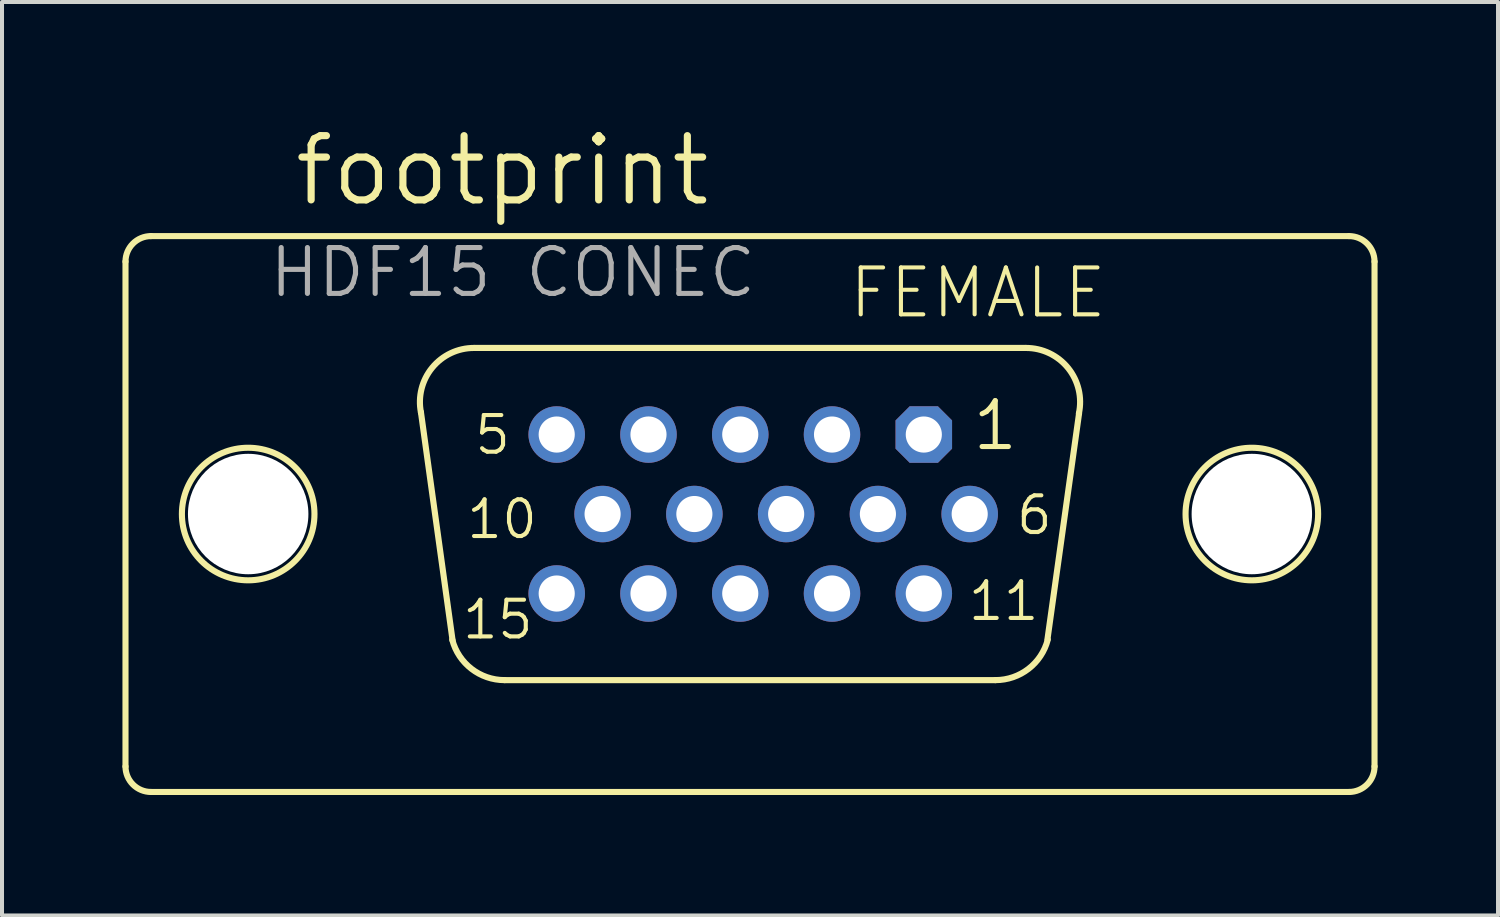
<source format=kicad_pcb>
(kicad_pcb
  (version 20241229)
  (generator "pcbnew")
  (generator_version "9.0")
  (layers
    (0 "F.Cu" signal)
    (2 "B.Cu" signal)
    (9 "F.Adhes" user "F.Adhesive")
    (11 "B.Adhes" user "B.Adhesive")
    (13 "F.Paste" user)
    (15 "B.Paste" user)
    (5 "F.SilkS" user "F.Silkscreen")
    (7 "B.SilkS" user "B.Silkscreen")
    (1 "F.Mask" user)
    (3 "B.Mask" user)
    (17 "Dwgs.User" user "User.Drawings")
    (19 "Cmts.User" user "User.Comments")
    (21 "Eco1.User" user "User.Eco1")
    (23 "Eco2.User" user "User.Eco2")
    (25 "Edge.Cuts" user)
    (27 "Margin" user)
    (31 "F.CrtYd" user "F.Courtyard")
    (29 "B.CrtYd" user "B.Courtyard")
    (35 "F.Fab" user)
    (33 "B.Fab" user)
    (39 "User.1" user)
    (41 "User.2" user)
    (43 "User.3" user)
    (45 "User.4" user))
  (footprint "footprint"
    (layer "F.Cu")
    (at 15.632 9.754)
    (property "Reference" "footprint" (at -11.43 -7.62 0) (layer "F.SilkS") (effects (font (size 1.6 1.6) (thickness 0.178)) (justify left bottom)))
    (fp_line (start -15.556 -6.288) (end -15.556 6.288) (stroke (width 0.152) (type solid)) (layer "F.SilkS"))
    (fp_line (start -14.913 6.923) (end 14.921 6.923) (stroke (width 0.152) (type solid)) (layer "F.SilkS"))
    (fp_line (start -7.409 3.146) (end -8.197 -2.537) (stroke (width 0.152) (type solid)) (layer "F.SilkS"))
    (fp_line (start -6.876 -4.137) (end 6.876 -4.137) (stroke (width 0.152) (type solid)) (layer "F.SilkS"))
    (fp_line (start -6.114 4.137) (end 6.114 4.137) (stroke (width 0.152) (type solid)) (layer "F.SilkS"))
    (fp_line (start 8.197 -2.511) (end 7.409 3.121) (stroke (width 0.152) (type solid)) (layer "F.SilkS"))
    (fp_line (start 14.913 -6.923) (end -14.921 -6.923) (stroke (width 0.152) (type solid)) (layer "F.SilkS"))
    (fp_line (start 15.556 -6.288) (end 15.556 6.288) (stroke (width 0.152) (type solid)) (layer "F.SilkS"))
    (fp_arc (start -15.556 -6.288) (mid -15.370013 -6.737013) (end -14.921 -6.923) (stroke (width 0.1524) (type solid)) (layer "F.SilkS"))
    (fp_arc (start -14.921 6.923) (mid -15.370013 6.737013) (end -15.556 6.288) (stroke (width 0.1524) (type solid)) (layer "F.SilkS"))
    (fp_arc (start -8.1961 -2.5268) (mid -7.917082 -3.644284) (end -6.876 -4.137) (stroke (width 0.1524) (type solid)) (layer "F.SilkS"))
    (fp_arc (start -6.114 4.137) (mid -6.9375 3.855745) (end -7.4169 3.1295) (stroke (width 0.1524) (type solid)) (layer "F.SilkS"))
    (fp_arc (start 6.876 -4.137) (mid 7.924557 -3.635183) (end 8.191499 -2.503798) (stroke (width 0.1524) (type solid)) (layer "F.SilkS"))
    (fp_arc (start 7.4169 3.1295) (mid 6.9375 3.855746) (end 6.114 4.137) (stroke (width 0.1524) (type solid)) (layer "F.SilkS"))
    (fp_arc (start 14.921 -6.923) (mid 15.370013 -6.737013) (end 15.556 -6.288) (stroke (width 0.1524) (type solid)) (layer "F.SilkS"))
    (fp_arc (start 15.556 6.288) (mid 15.370013 6.737013) (end 14.921 6.923) (stroke (width 0.1524) (type solid)) (layer "F.SilkS"))
    (fp_circle (center -12.5 0) (end -10.849 0) (stroke (width 0.152) (type solid)) (fill no) (layer "F.SilkS"))
    (fp_circle (center 12.5 0) (end 14.151 0) (stroke (width 0.152) (type solid)) (fill no) (layer "F.SilkS"))
    (fp_text user "15" (at -7.22 3.165 0) (layer "F.SilkS") (effects (font (size 0.914 0.914) (thickness 0.102)) (justify left bottom)))
    (fp_text user "1" (at 5.48 -1.535 0) (layer "F.SilkS") (effects (font (size 1.143 1.143) (thickness 0.127)) (justify left bottom)))
    (fp_text user "11" (at 5.38 2.705 0) (layer "F.SilkS") (effects (font (size 0.914 0.914) (thickness 0.102)) (justify left bottom)))
    (fp_text user "5" (at -6.915 -1.435 0) (layer "F.SilkS") (effects (font (size 0.914 0.914) (thickness 0.102)) (justify left bottom)))
    (fp_text user "10" (at -7.115 0.665 0) (layer "F.SilkS") (effects (font (size 0.914 0.914) (thickness 0.102)) (justify left bottom)))
    (fp_text user "FEMALE" (at 2.413 -4.826 0) (layer "F.SilkS") (effects (font (size 1.168 1.168) (thickness 0.102)) (justify left bottom)))
    (fp_text user "6" (at 6.58 0.565 0) (layer "F.SilkS") (effects (font (size 0.914 0.914) (thickness 0.102)) (justify left bottom)))
    (fp_text user "HDF15 CONEC" (at -12.033 -5.349 0) (layer "F.Fab") (effects (font (size 1.143 1.143) (thickness 0.127)) (justify left bottom)))
    (pad "" np_thru_hole circle (at -12.5 0) (size 3 3) (drill 3) (layers "*.Cu" "*.Mask"))
    (pad "" np_thru_hole circle (at 12.5 0) (size 3 3) (drill 3) (layers "*.Cu" "*.Mask"))
    (pad "1" thru_hole roundrect (at 4.329 -1.98) (size 1.408 1.408) (drill 0.9) (layers "*.Cu" "*.Mask") (roundrect_rratio 0.25) (chamfer_ratio 0.25) (chamfer top_left top_right bottom_left bottom_right))
    (pad "2" thru_hole circle (at 2.043 -1.98) (size 1.408 1.408) (drill 0.9) (layers "*.Cu" "*.Mask"))
    (pad "3" thru_hole circle (at -0.243 -1.98) (size 1.408 1.408) (drill 0.9) (layers "*.Cu" "*.Mask"))
    (pad "4" thru_hole circle (at -2.529 -1.98) (size 1.408 1.408) (drill 0.9) (layers "*.Cu" "*.Mask"))
    (pad "5" thru_hole circle (at -4.815 -1.98) (size 1.408 1.408) (drill 0.9) (layers "*.Cu" "*.Mask"))
    (pad "6" thru_hole circle (at 5.472 0) (size 1.408 1.408) (drill 0.9) (layers "*.Cu" "*.Mask"))
    (pad "7" thru_hole circle (at 3.186 0) (size 1.408 1.408) (drill 0.9) (layers "*.Cu" "*.Mask"))
    (pad "8" thru_hole circle (at 0.9 0) (size 1.408 1.408) (drill 0.9) (layers "*.Cu" "*.Mask"))
    (pad "9" thru_hole circle (at -1.386 0) (size 1.408 1.408) (drill 0.9) (layers "*.Cu" "*.Mask"))
    (pad "10" thru_hole circle (at -3.672 0) (size 1.408 1.408) (drill 0.9) (layers "*.Cu" "*.Mask"))
    (pad "11" thru_hole circle (at 4.329 1.98) (size 1.408 1.408) (drill 0.9) (layers "*.Cu" "*.Mask"))
    (pad "12" thru_hole circle (at 2.043 1.98) (size 1.408 1.408) (drill 0.9) (layers "*.Cu" "*.Mask"))
    (pad "13" thru_hole circle (at -0.243 1.98) (size 1.408 1.408) (drill 0.9) (layers "*.Cu" "*.Mask"))
    (pad "14" thru_hole circle (at -2.529 1.98) (size 1.408 1.408) (drill 0.9) (layers "*.Cu" "*.Mask"))
    (pad "15" thru_hole circle (at -4.815 1.98) (size 1.408 1.408) (drill 0.9) (layers "*.Cu" "*.Mask"))
    (zone (net_name "") (layers "F.Cu" "B.Cu") (hatch edge 0.508) (connect_pads) (min_thickness 0.254) (filled_areas_thickness no) (keepout (tracks allowed) (vias not_allowed) (pads allowed) (copperpour allowed) (footprints allowed)) (placement (enabled no)) (fill) (polygon (pts (xy 5.799 9.754) (xy 5.759 9.29) (xy 5.638 8.841) (xy 5.442 8.42) (xy 5.175 8.039) (xy 4.847 7.711) (xy 4.466 7.444) (xy 4.044 7.247) (xy 3.595 7.127) (xy 3.132 7.087) (xy 2.669 7.127) (xy 2.22 7.247) (xy 1.799 7.444) (xy 1.418 7.711) (xy 1.089 8.039) (xy 0.823 8.42) (xy 0.626 8.841) (xy 0.506 9.29) (xy 0.465 9.754) (xy 0.506 10.217) (xy 0.626 10.666) (xy 0.823 11.087) (xy 1.089 11.468) (xy 1.418 11.797) (xy 1.799 12.063) (xy 2.22 12.26) (xy 2.669 12.38) (xy 3.132 12.421) (xy 3.595 12.38) (xy 4.044 12.26) (xy 4.466 12.063) (xy 4.847 11.797) (xy 5.175 11.468) (xy 5.442 11.087) (xy 5.638 10.666) (xy 5.759 10.217))))
    (zone (net_name "") (layers "F.Cu" "B.Cu") (hatch edge 0.508) (connect_pads) (min_thickness 0.254) (filled_areas_thickness no) (keepout (tracks allowed) (vias not_allowed) (pads allowed) (copperpour allowed) (footprints allowed)) (placement (enabled no)) (fill) (polygon (pts (xy 30.799 9.754) (xy 30.759 9.29) (xy 30.638 8.841) (xy 30.442 8.42) (xy 30.175 8.039) (xy 29.847 7.711) (xy 29.466 7.444) (xy 29.044 7.247) (xy 28.595 7.127) (xy 28.132 7.087) (xy 27.669 7.127) (xy 27.22 7.247) (xy 26.799 7.444) (xy 26.418 7.711) (xy 26.089 8.039) (xy 25.823 8.42) (xy 25.626 8.841) (xy 25.506 9.29) (xy 25.465 9.754) (xy 25.506 10.217) (xy 25.626 10.666) (xy 25.823 11.087) (xy 26.089 11.468) (xy 26.418 11.797) (xy 26.799 12.063) (xy 27.22 12.26) (xy 27.669 12.38) (xy 28.132 12.421) (xy 28.595 12.38) (xy 29.044 12.26) (xy 29.466 12.063) (xy 29.847 11.797) (xy 30.175 11.468) (xy 30.442 11.087) (xy 30.638 10.666) (xy 30.759 10.217))))
    (zone (net_name "") (layer "B.Cu") (hatch edge 0.508) (connect_pads) (min_thickness 0.254) (filled_areas_thickness no) (keepout (tracks not_allowed) (vias not_allowed) (pads not_allowed) (copperpour not_allowed) (footprints allowed)) (placement (enabled no)) (fill) (polygon (pts (xy 5.799 9.754) (xy 5.759 9.29) (xy 5.638 8.841) (xy 5.442 8.42) (xy 5.175 8.039) (xy 4.847 7.711) (xy 4.466 7.444) (xy 4.044 7.247) (xy 3.595 7.127) (xy 3.132 7.087) (xy 2.669 7.127) (xy 2.22 7.247) (xy 1.799 7.444) (xy 1.418 7.711) (xy 1.089 8.039) (xy 0.823 8.42) (xy 0.626 8.841) (xy 0.506 9.29) (xy 0.465 9.754) (xy 0.506 10.217) (xy 0.626 10.666) (xy 0.823 11.087) (xy 1.089 11.468) (xy 1.418 11.797) (xy 1.799 12.063) (xy 2.22 12.26) (xy 2.669 12.38) (xy 3.132 12.421) (xy 3.595 12.38) (xy 4.044 12.26) (xy 4.466 12.063) (xy 4.847 11.797) (xy 5.175 11.468) (xy 5.442 11.087) (xy 5.638 10.666) (xy 5.759 10.217))))
    (zone (net_name "") (layer "B.Cu") (hatch edge 0.508) (connect_pads) (min_thickness 0.254) (filled_areas_thickness no) (keepout (tracks not_allowed) (vias not_allowed) (pads not_allowed) (copperpour not_allowed) (footprints allowed)) (placement (enabled no)) (fill) (polygon (pts (xy 30.799 9.754) (xy 30.759 9.29) (xy 30.638 8.841) (xy 30.442 8.42) (xy 30.175 8.039) (xy 29.847 7.711) (xy 29.466 7.444) (xy 29.044 7.247) (xy 28.595 7.127) (xy 28.132 7.087) (xy 27.669 7.127) (xy 27.22 7.247) (xy 26.799 7.444) (xy 26.418 7.711) (xy 26.089 8.039) (xy 25.823 8.42) (xy 25.626 8.841) (xy 25.506 9.29) (xy 25.465 9.754) (xy 25.506 10.217) (xy 25.626 10.666) (xy 25.823 11.087) (xy 26.089 11.468) (xy 26.418 11.797) (xy 26.799 12.063) (xy 27.22 12.26) (xy 27.669 12.38) (xy 28.132 12.421) (xy 28.595 12.38) (xy 29.044 12.26) (xy 29.466 12.063) (xy 29.847 11.797) (xy 30.175 11.468) (xy 30.442 11.087) (xy 30.638 10.666) (xy 30.759 10.217)))))
  (gr_rect
    (start -3 -3)
    (end 34.264 19.753)
    (stroke (width 0.1) (type default))
    (fill no)
    (layer "Edge.Cuts")))
</source>
